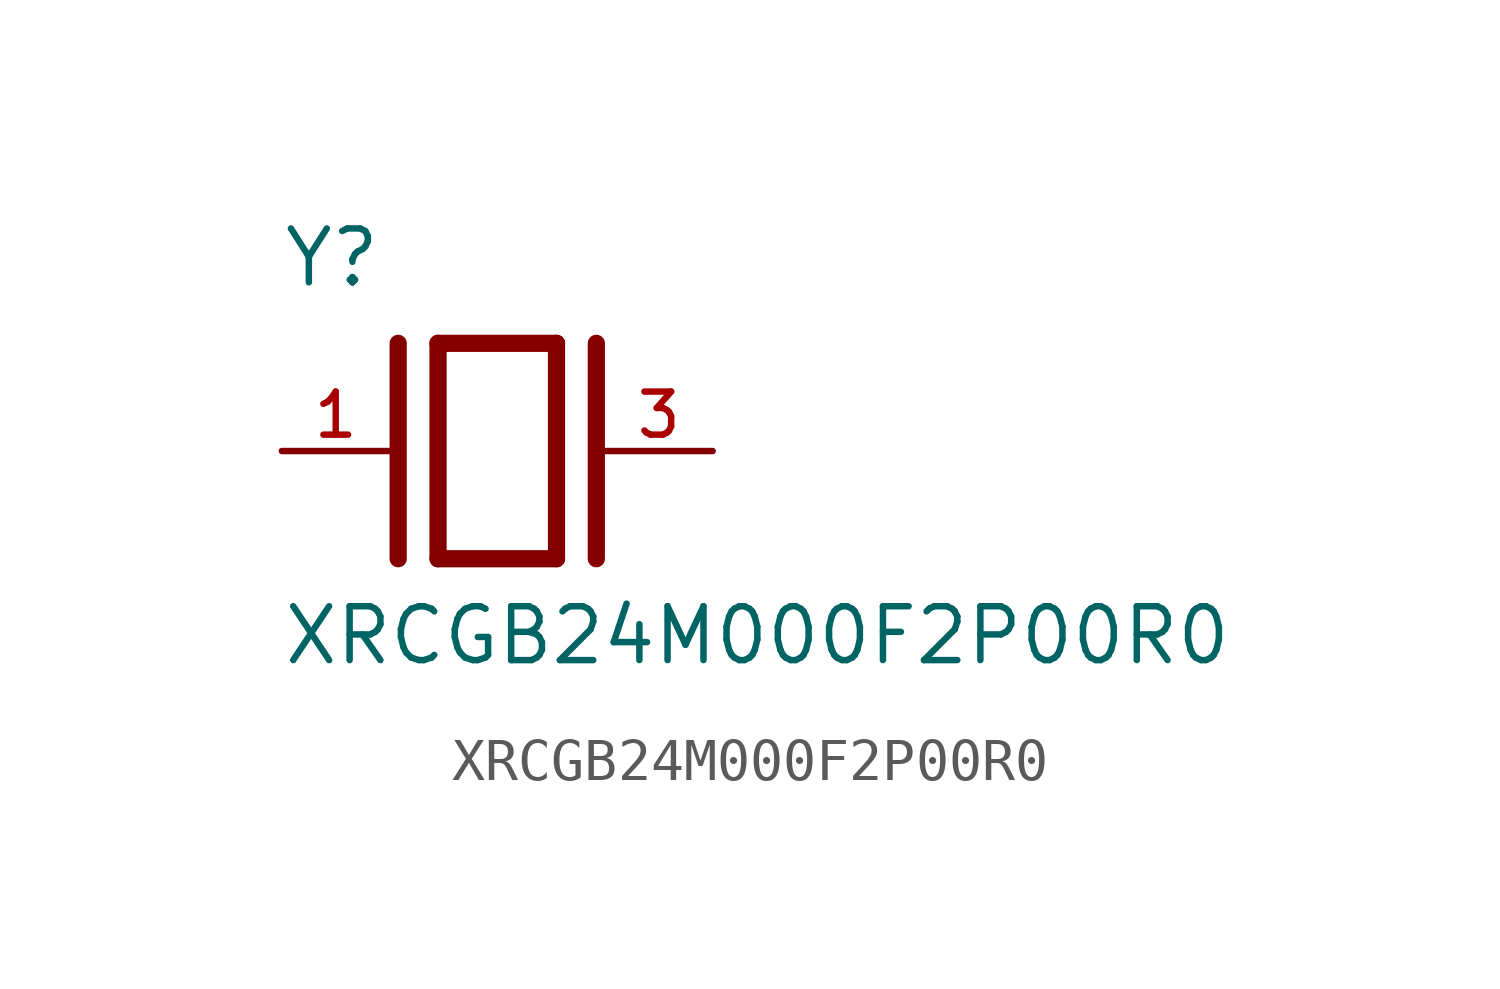
<source format=kicad_sym>
(kicad_symbol_lib
  (version 20241209)
  (generator "kicad_symbol_editor")
  (generator_version "9.0")
  (symbol "XRCGB24M000F2P00R0"
    (pin_names
      (offset 1.016))
    (property "Reference" "Y"
      (at -5.088 3.816 0)
      (effects (font (size 1.27 1.27)) (justify left bottom)))
    (property "Value" "XRCGB24M000F2P00R0"
      (at -5.094 -5.094 0)
      (effects (font (size 1.27 1.27)) (justify left bottom)))
    (symbol "XRCGB24M000F2P00R0_0_0"
      (polyline (pts (xy -2.337 2.54) (xy -2.337 -2.54)) (stroke (width 0.406) (type default)) (fill (type none)))
      (polyline (pts (xy -1.397 2.54) (xy -1.397 -2.54)) (stroke (width 0.406) (type default)) (fill (type none)))
      (polyline (pts (xy -1.397 2.54) (xy 1.397 2.54)) (stroke (width 0.406) (type default)) (fill (type none)))
      (polyline (pts (xy 1.397 2.54) (xy 1.397 -2.54)) (stroke (width 0.406) (type default)) (fill (type none)))
      (polyline (pts (xy 1.397 -2.54) (xy -1.397 -2.54)) (stroke (width 0.406) (type default)) (fill (type none)))
      (polyline (pts (xy 2.337 2.54) (xy 2.337 -2.54)) (stroke (width 0.406) (type default)) (fill (type none)))
      (pin passive line (at -5.08 0 0) (length 2.54) (name "~" (effects (font (size 1.016 1.016)))) (number "1" (effects (font (size 1.016 1.016)))))
      (pin passive line (at 5.08 0 180) (length 2.54) (name "~" (effects (font (size 1.016 1.016)))) (number "3" (effects (font (size 1.016 1.016))))))))
</source>
